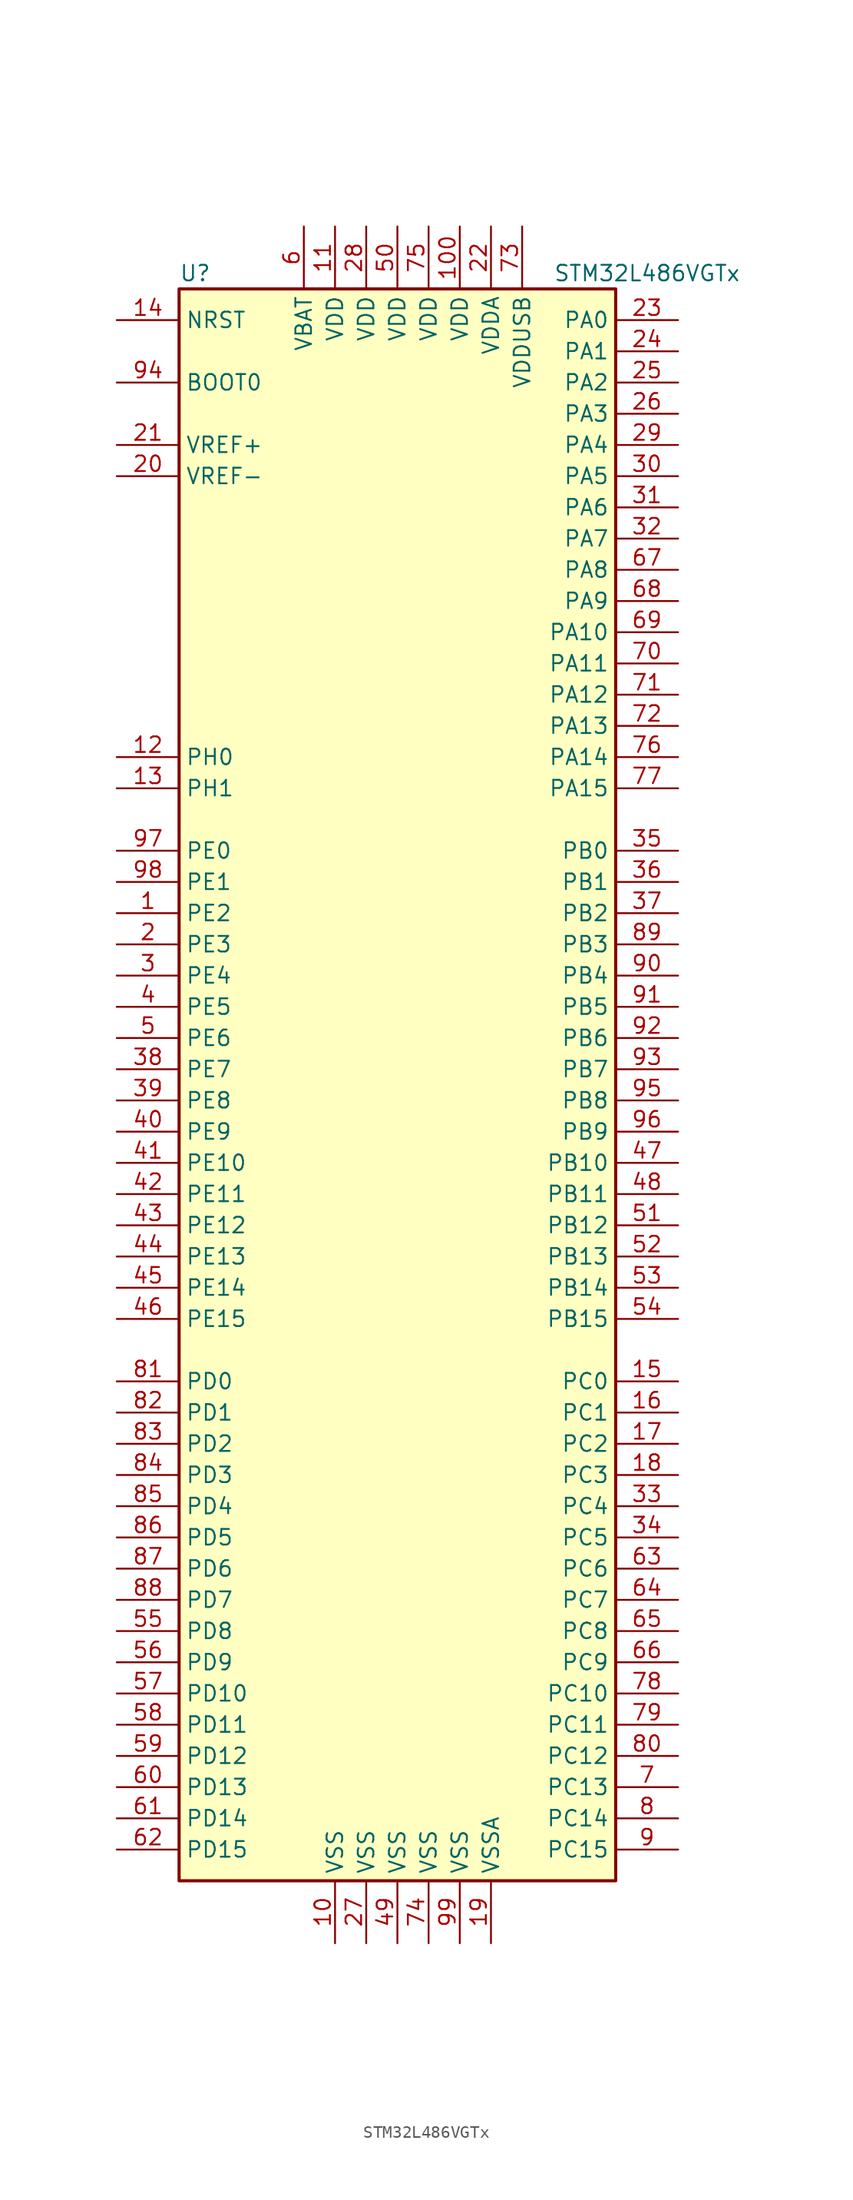
<source format=kicad_sym>
(kicad_symbol_lib
  (version 20211014)
  (generator kicad_symbol_editor)
  (symbol "STM32L486VGTx"
    (property "Reference" "U"
      (at -17.78 64.77 0)
      (effects (font (size 1.27 1.27)) (justify left)))
    (property "Value" "STM32L486VGTx"
      (at 12.7 64.77 0)
      (effects (font (size 1.27 1.27)) (justify left)))
    (symbol "STM32L486VGTx_0_1"
      (rectangle (start -17.78 -66.04) (end 17.78 63.5) (stroke (width 0.254) (type default) (color 0 0 0 0)) (fill (type background))))
    (symbol "STM32L486VGTx_1_1"
      (pin bidirectional line (at -22.86 12.7 0) (length 5.08) (name "PE2" (effects (font (size 1.27 1.27)))) (number "1" (effects (font (size 1.27 1.27)))))
      (pin power_in line (at -5.08 -71.12 90) (length 5.08) (name "VSS" (effects (font (size 1.27 1.27)))) (number "10" (effects (font (size 1.27 1.27)))))
      (pin power_in line (at 5.08 68.58 270) (length 5.08) (name "VDD" (effects (font (size 1.27 1.27)))) (number "100" (effects (font (size 1.27 1.27)))))
      (pin power_in line (at -5.08 68.58 270) (length 5.08) (name "VDD" (effects (font (size 1.27 1.27)))) (number "11" (effects (font (size 1.27 1.27)))))
      (pin input line (at -22.86 25.4 0) (length 5.08) (name "PH0" (effects (font (size 1.27 1.27)))) (number "12" (effects (font (size 1.27 1.27)))))
      (pin input line (at -22.86 22.86 0) (length 5.08) (name "PH1" (effects (font (size 1.27 1.27)))) (number "13" (effects (font (size 1.27 1.27)))))
      (pin input line (at -22.86 60.96 0) (length 5.08) (name "NRST" (effects (font (size 1.27 1.27)))) (number "14" (effects (font (size 1.27 1.27)))))
      (pin bidirectional line (at 22.86 -25.4 180) (length 5.08) (name "PC0" (effects (font (size 1.27 1.27)))) (number "15" (effects (font (size 1.27 1.27)))))
      (pin bidirectional line (at 22.86 -27.94 180) (length 5.08) (name "PC1" (effects (font (size 1.27 1.27)))) (number "16" (effects (font (size 1.27 1.27)))))
      (pin bidirectional line (at 22.86 -30.48 180) (length 5.08) (name "PC2" (effects (font (size 1.27 1.27)))) (number "17" (effects (font (size 1.27 1.27)))))
      (pin bidirectional line (at 22.86 -33.02 180) (length 5.08) (name "PC3" (effects (font (size 1.27 1.27)))) (number "18" (effects (font (size 1.27 1.27)))))
      (pin power_in line (at 7.62 -71.12 90) (length 5.08) (name "VSSA" (effects (font (size 1.27 1.27)))) (number "19" (effects (font (size 1.27 1.27)))))
      (pin bidirectional line (at -22.86 10.16 0) (length 5.08) (name "PE3" (effects (font (size 1.27 1.27)))) (number "2" (effects (font (size 1.27 1.27)))))
      (pin power_in line (at -22.86 48.26 0) (length 5.08) (name "VREF-" (effects (font (size 1.27 1.27)))) (number "20" (effects (font (size 1.27 1.27)))))
      (pin bidirectional line (at -22.86 50.8 0) (length 5.08) (name "VREF+" (effects (font (size 1.27 1.27)))) (number "21" (effects (font (size 1.27 1.27)))))
      (pin power_in line (at 7.62 68.58 270) (length 5.08) (name "VDDA" (effects (font (size 1.27 1.27)))) (number "22" (effects (font (size 1.27 1.27)))))
      (pin bidirectional line (at 22.86 60.96 180) (length 5.08) (name "PA0" (effects (font (size 1.27 1.27)))) (number "23" (effects (font (size 1.27 1.27)))))
      (pin bidirectional line (at 22.86 58.42 180) (length 5.08) (name "PA1" (effects (font (size 1.27 1.27)))) (number "24" (effects (font (size 1.27 1.27)))))
      (pin bidirectional line (at 22.86 55.88 180) (length 5.08) (name "PA2" (effects (font (size 1.27 1.27)))) (number "25" (effects (font (size 1.27 1.27)))))
      (pin bidirectional line (at 22.86 53.34 180) (length 5.08) (name "PA3" (effects (font (size 1.27 1.27)))) (number "26" (effects (font (size 1.27 1.27)))))
      (pin power_in line (at -2.54 -71.12 90) (length 5.08) (name "VSS" (effects (font (size 1.27 1.27)))) (number "27" (effects (font (size 1.27 1.27)))))
      (pin power_in line (at -2.54 68.58 270) (length 5.08) (name "VDD" (effects (font (size 1.27 1.27)))) (number "28" (effects (font (size 1.27 1.27)))))
      (pin bidirectional line (at 22.86 50.8 180) (length 5.08) (name "PA4" (effects (font (size 1.27 1.27)))) (number "29" (effects (font (size 1.27 1.27)))))
      (pin bidirectional line (at -22.86 7.62 0) (length 5.08) (name "PE4" (effects (font (size 1.27 1.27)))) (number "3" (effects (font (size 1.27 1.27)))))
      (pin bidirectional line (at 22.86 48.26 180) (length 5.08) (name "PA5" (effects (font (size 1.27 1.27)))) (number "30" (effects (font (size 1.27 1.27)))))
      (pin bidirectional line (at 22.86 45.72 180) (length 5.08) (name "PA6" (effects (font (size 1.27 1.27)))) (number "31" (effects (font (size 1.27 1.27)))))
      (pin bidirectional line (at 22.86 43.18 180) (length 5.08) (name "PA7" (effects (font (size 1.27 1.27)))) (number "32" (effects (font (size 1.27 1.27)))))
      (pin bidirectional line (at 22.86 -35.56 180) (length 5.08) (name "PC4" (effects (font (size 1.27 1.27)))) (number "33" (effects (font (size 1.27 1.27)))))
      (pin bidirectional line (at 22.86 -38.1 180) (length 5.08) (name "PC5" (effects (font (size 1.27 1.27)))) (number "34" (effects (font (size 1.27 1.27)))))
      (pin bidirectional line (at 22.86 17.78 180) (length 5.08) (name "PB0" (effects (font (size 1.27 1.27)))) (number "35" (effects (font (size 1.27 1.27)))))
      (pin bidirectional line (at 22.86 15.24 180) (length 5.08) (name "PB1" (effects (font (size 1.27 1.27)))) (number "36" (effects (font (size 1.27 1.27)))))
      (pin bidirectional line (at 22.86 12.7 180) (length 5.08) (name "PB2" (effects (font (size 1.27 1.27)))) (number "37" (effects (font (size 1.27 1.27)))))
      (pin bidirectional line (at -22.86 0 0) (length 5.08) (name "PE7" (effects (font (size 1.27 1.27)))) (number "38" (effects (font (size 1.27 1.27)))))
      (pin bidirectional line (at -22.86 -2.54 0) (length 5.08) (name "PE8" (effects (font (size 1.27 1.27)))) (number "39" (effects (font (size 1.27 1.27)))))
      (pin bidirectional line (at -22.86 5.08 0) (length 5.08) (name "PE5" (effects (font (size 1.27 1.27)))) (number "4" (effects (font (size 1.27 1.27)))))
      (pin bidirectional line (at -22.86 -5.08 0) (length 5.08) (name "PE9" (effects (font (size 1.27 1.27)))) (number "40" (effects (font (size 1.27 1.27)))))
      (pin bidirectional line (at -22.86 -7.62 0) (length 5.08) (name "PE10" (effects (font (size 1.27 1.27)))) (number "41" (effects (font (size 1.27 1.27)))))
      (pin bidirectional line (at -22.86 -10.16 0) (length 5.08) (name "PE11" (effects (font (size 1.27 1.27)))) (number "42" (effects (font (size 1.27 1.27)))))
      (pin bidirectional line (at -22.86 -12.7 0) (length 5.08) (name "PE12" (effects (font (size 1.27 1.27)))) (number "43" (effects (font (size 1.27 1.27)))))
      (pin bidirectional line (at -22.86 -15.24 0) (length 5.08) (name "PE13" (effects (font (size 1.27 1.27)))) (number "44" (effects (font (size 1.27 1.27)))))
      (pin bidirectional line (at -22.86 -17.78 0) (length 5.08) (name "PE14" (effects (font (size 1.27 1.27)))) (number "45" (effects (font (size 1.27 1.27)))))
      (pin bidirectional line (at -22.86 -20.32 0) (length 5.08) (name "PE15" (effects (font (size 1.27 1.27)))) (number "46" (effects (font (size 1.27 1.27)))))
      (pin bidirectional line (at 22.86 -7.62 180) (length 5.08) (name "PB10" (effects (font (size 1.27 1.27)))) (number "47" (effects (font (size 1.27 1.27)))))
      (pin bidirectional line (at 22.86 -10.16 180) (length 5.08) (name "PB11" (effects (font (size 1.27 1.27)))) (number "48" (effects (font (size 1.27 1.27)))))
      (pin power_in line (at 0 -71.12 90) (length 5.08) (name "VSS" (effects (font (size 1.27 1.27)))) (number "49" (effects (font (size 1.27 1.27)))))
      (pin bidirectional line (at -22.86 2.54 0) (length 5.08) (name "PE6" (effects (font (size 1.27 1.27)))) (number "5" (effects (font (size 1.27 1.27)))))
      (pin power_in line (at 0 68.58 270) (length 5.08) (name "VDD" (effects (font (size 1.27 1.27)))) (number "50" (effects (font (size 1.27 1.27)))))
      (pin bidirectional line (at 22.86 -12.7 180) (length 5.08) (name "PB12" (effects (font (size 1.27 1.27)))) (number "51" (effects (font (size 1.27 1.27)))))
      (pin bidirectional line (at 22.86 -15.24 180) (length 5.08) (name "PB13" (effects (font (size 1.27 1.27)))) (number "52" (effects (font (size 1.27 1.27)))))
      (pin bidirectional line (at 22.86 -17.78 180) (length 5.08) (name "PB14" (effects (font (size 1.27 1.27)))) (number "53" (effects (font (size 1.27 1.27)))))
      (pin bidirectional line (at 22.86 -20.32 180) (length 5.08) (name "PB15" (effects (font (size 1.27 1.27)))) (number "54" (effects (font (size 1.27 1.27)))))
      (pin bidirectional line (at -22.86 -45.72 0) (length 5.08) (name "PD8" (effects (font (size 1.27 1.27)))) (number "55" (effects (font (size 1.27 1.27)))))
      (pin bidirectional line (at -22.86 -48.26 0) (length 5.08) (name "PD9" (effects (font (size 1.27 1.27)))) (number "56" (effects (font (size 1.27 1.27)))))
      (pin bidirectional line (at -22.86 -50.8 0) (length 5.08) (name "PD10" (effects (font (size 1.27 1.27)))) (number "57" (effects (font (size 1.27 1.27)))))
      (pin bidirectional line (at -22.86 -53.34 0) (length 5.08) (name "PD11" (effects (font (size 1.27 1.27)))) (number "58" (effects (font (size 1.27 1.27)))))
      (pin bidirectional line (at -22.86 -55.88 0) (length 5.08) (name "PD12" (effects (font (size 1.27 1.27)))) (number "59" (effects (font (size 1.27 1.27)))))
      (pin power_in line (at -7.62 68.58 270) (length 5.08) (name "VBAT" (effects (font (size 1.27 1.27)))) (number "6" (effects (font (size 1.27 1.27)))))
      (pin bidirectional line (at -22.86 -58.42 0) (length 5.08) (name "PD13" (effects (font (size 1.27 1.27)))) (number "60" (effects (font (size 1.27 1.27)))))
      (pin bidirectional line (at -22.86 -60.96 0) (length 5.08) (name "PD14" (effects (font (size 1.27 1.27)))) (number "61" (effects (font (size 1.27 1.27)))))
      (pin bidirectional line (at -22.86 -63.5 0) (length 5.08) (name "PD15" (effects (font (size 1.27 1.27)))) (number "62" (effects (font (size 1.27 1.27)))))
      (pin bidirectional line (at 22.86 -40.64 180) (length 5.08) (name "PC6" (effects (font (size 1.27 1.27)))) (number "63" (effects (font (size 1.27 1.27)))))
      (pin bidirectional line (at 22.86 -43.18 180) (length 5.08) (name "PC7" (effects (font (size 1.27 1.27)))) (number "64" (effects (font (size 1.27 1.27)))))
      (pin bidirectional line (at 22.86 -45.72 180) (length 5.08) (name "PC8" (effects (font (size 1.27 1.27)))) (number "65" (effects (font (size 1.27 1.27)))))
      (pin bidirectional line (at 22.86 -48.26 180) (length 5.08) (name "PC9" (effects (font (size 1.27 1.27)))) (number "66" (effects (font (size 1.27 1.27)))))
      (pin bidirectional line (at 22.86 40.64 180) (length 5.08) (name "PA8" (effects (font (size 1.27 1.27)))) (number "67" (effects (font (size 1.27 1.27)))))
      (pin bidirectional line (at 22.86 38.1 180) (length 5.08) (name "PA9" (effects (font (size 1.27 1.27)))) (number "68" (effects (font (size 1.27 1.27)))))
      (pin bidirectional line (at 22.86 35.56 180) (length 5.08) (name "PA10" (effects (font (size 1.27 1.27)))) (number "69" (effects (font (size 1.27 1.27)))))
      (pin bidirectional line (at 22.86 -58.42 180) (length 5.08) (name "PC13" (effects (font (size 1.27 1.27)))) (number "7" (effects (font (size 1.27 1.27)))))
      (pin bidirectional line (at 22.86 33.02 180) (length 5.08) (name "PA11" (effects (font (size 1.27 1.27)))) (number "70" (effects (font (size 1.27 1.27)))))
      (pin bidirectional line (at 22.86 30.48 180) (length 5.08) (name "PA12" (effects (font (size 1.27 1.27)))) (number "71" (effects (font (size 1.27 1.27)))))
      (pin bidirectional line (at 22.86 27.94 180) (length 5.08) (name "PA13" (effects (font (size 1.27 1.27)))) (number "72" (effects (font (size 1.27 1.27)))))
      (pin power_in line (at 10.16 68.58 270) (length 5.08) (name "VDDUSB" (effects (font (size 1.27 1.27)))) (number "73" (effects (font (size 1.27 1.27)))))
      (pin power_in line (at 2.54 -71.12 90) (length 5.08) (name "VSS" (effects (font (size 1.27 1.27)))) (number "74" (effects (font (size 1.27 1.27)))))
      (pin power_in line (at 2.54 68.58 270) (length 5.08) (name "VDD" (effects (font (size 1.27 1.27)))) (number "75" (effects (font (size 1.27 1.27)))))
      (pin bidirectional line (at 22.86 25.4 180) (length 5.08) (name "PA14" (effects (font (size 1.27 1.27)))) (number "76" (effects (font (size 1.27 1.27)))))
      (pin bidirectional line (at 22.86 22.86 180) (length 5.08) (name "PA15" (effects (font (size 1.27 1.27)))) (number "77" (effects (font (size 1.27 1.27)))))
      (pin bidirectional line (at 22.86 -50.8 180) (length 5.08) (name "PC10" (effects (font (size 1.27 1.27)))) (number "78" (effects (font (size 1.27 1.27)))))
      (pin bidirectional line (at 22.86 -53.34 180) (length 5.08) (name "PC11" (effects (font (size 1.27 1.27)))) (number "79" (effects (font (size 1.27 1.27)))))
      (pin bidirectional line (at 22.86 -60.96 180) (length 5.08) (name "PC14" (effects (font (size 1.27 1.27)))) (number "8" (effects (font (size 1.27 1.27)))))
      (pin bidirectional line (at 22.86 -55.88 180) (length 5.08) (name "PC12" (effects (font (size 1.27 1.27)))) (number "80" (effects (font (size 1.27 1.27)))))
      (pin bidirectional line (at -22.86 -25.4 0) (length 5.08) (name "PD0" (effects (font (size 1.27 1.27)))) (number "81" (effects (font (size 1.27 1.27)))))
      (pin bidirectional line (at -22.86 -27.94 0) (length 5.08) (name "PD1" (effects (font (size 1.27 1.27)))) (number "82" (effects (font (size 1.27 1.27)))))
      (pin bidirectional line (at -22.86 -30.48 0) (length 5.08) (name "PD2" (effects (font (size 1.27 1.27)))) (number "83" (effects (font (size 1.27 1.27)))))
      (pin bidirectional line (at -22.86 -33.02 0) (length 5.08) (name "PD3" (effects (font (size 1.27 1.27)))) (number "84" (effects (font (size 1.27 1.27)))))
      (pin bidirectional line (at -22.86 -35.56 0) (length 5.08) (name "PD4" (effects (font (size 1.27 1.27)))) (number "85" (effects (font (size 1.27 1.27)))))
      (pin bidirectional line (at -22.86 -38.1 0) (length 5.08) (name "PD5" (effects (font (size 1.27 1.27)))) (number "86" (effects (font (size 1.27 1.27)))))
      (pin bidirectional line (at -22.86 -40.64 0) (length 5.08) (name "PD6" (effects (font (size 1.27 1.27)))) (number "87" (effects (font (size 1.27 1.27)))))
      (pin bidirectional line (at -22.86 -43.18 0) (length 5.08) (name "PD7" (effects (font (size 1.27 1.27)))) (number "88" (effects (font (size 1.27 1.27)))))
      (pin bidirectional line (at 22.86 10.16 180) (length 5.08) (name "PB3" (effects (font (size 1.27 1.27)))) (number "89" (effects (font (size 1.27 1.27)))))
      (pin bidirectional line (at 22.86 -63.5 180) (length 5.08) (name "PC15" (effects (font (size 1.27 1.27)))) (number "9" (effects (font (size 1.27 1.27)))))
      (pin bidirectional line (at 22.86 7.62 180) (length 5.08) (name "PB4" (effects (font (size 1.27 1.27)))) (number "90" (effects (font (size 1.27 1.27)))))
      (pin bidirectional line (at 22.86 5.08 180) (length 5.08) (name "PB5" (effects (font (size 1.27 1.27)))) (number "91" (effects (font (size 1.27 1.27)))))
      (pin bidirectional line (at 22.86 2.54 180) (length 5.08) (name "PB6" (effects (font (size 1.27 1.27)))) (number "92" (effects (font (size 1.27 1.27)))))
      (pin bidirectional line (at 22.86 0 180) (length 5.08) (name "PB7" (effects (font (size 1.27 1.27)))) (number "93" (effects (font (size 1.27 1.27)))))
      (pin input line (at -22.86 55.88 0) (length 5.08) (name "BOOT0" (effects (font (size 1.27 1.27)))) (number "94" (effects (font (size 1.27 1.27)))))
      (pin bidirectional line (at 22.86 -2.54 180) (length 5.08) (name "PB8" (effects (font (size 1.27 1.27)))) (number "95" (effects (font (size 1.27 1.27)))))
      (pin bidirectional line (at 22.86 -5.08 180) (length 5.08) (name "PB9" (effects (font (size 1.27 1.27)))) (number "96" (effects (font (size 1.27 1.27)))))
      (pin bidirectional line (at -22.86 17.78 0) (length 5.08) (name "PE0" (effects (font (size 1.27 1.27)))) (number "97" (effects (font (size 1.27 1.27)))))
      (pin bidirectional line (at -22.86 15.24 0) (length 5.08) (name "PE1" (effects (font (size 1.27 1.27)))) (number "98" (effects (font (size 1.27 1.27)))))
      (pin power_in line (at 5.08 -71.12 90) (length 5.08) (name "VSS" (effects (font (size 1.27 1.27)))) (number "99" (effects (font (size 1.27 1.27))))))))
</source>
